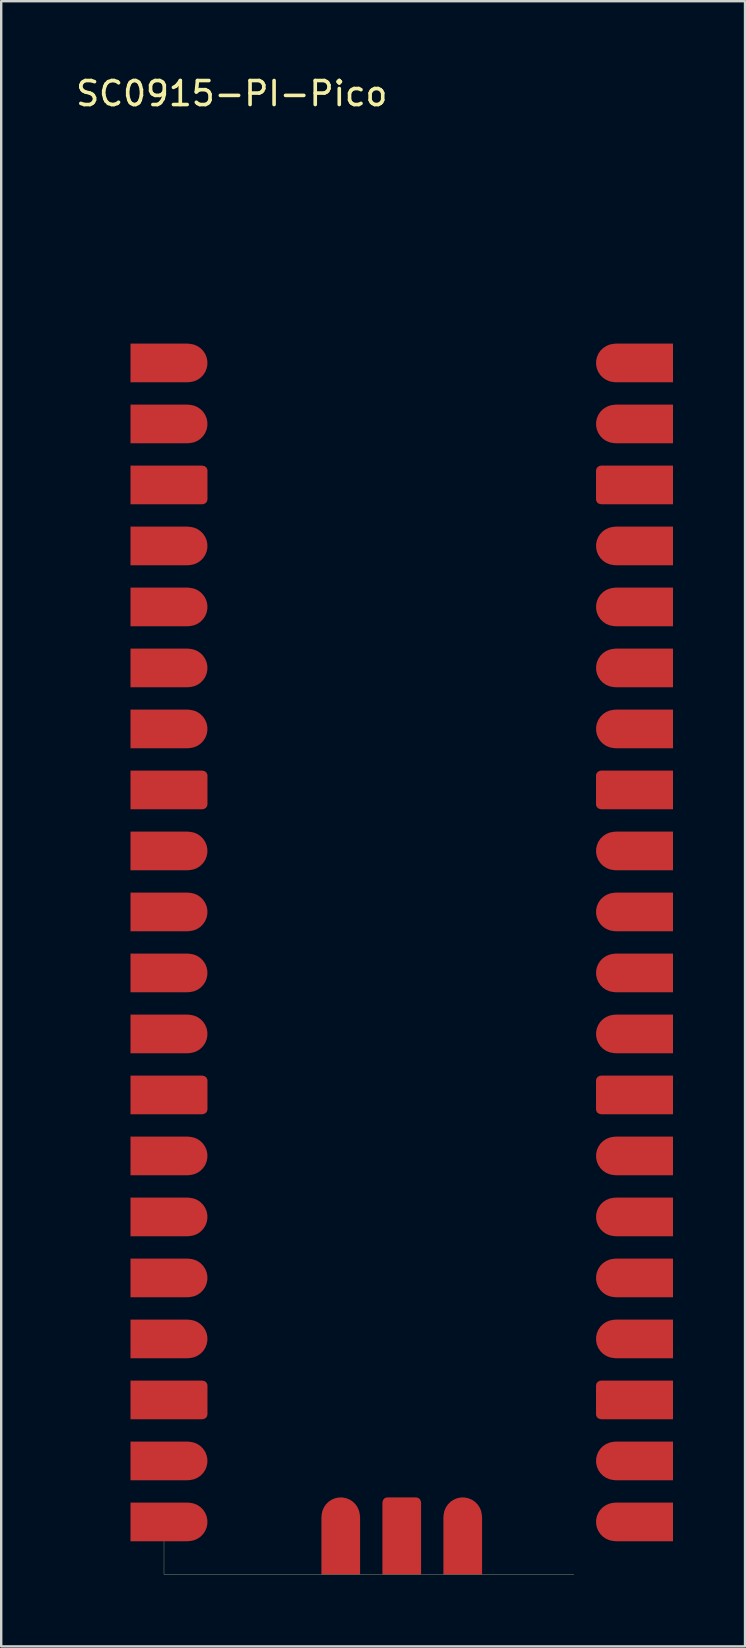
<source format=kicad_pcb>
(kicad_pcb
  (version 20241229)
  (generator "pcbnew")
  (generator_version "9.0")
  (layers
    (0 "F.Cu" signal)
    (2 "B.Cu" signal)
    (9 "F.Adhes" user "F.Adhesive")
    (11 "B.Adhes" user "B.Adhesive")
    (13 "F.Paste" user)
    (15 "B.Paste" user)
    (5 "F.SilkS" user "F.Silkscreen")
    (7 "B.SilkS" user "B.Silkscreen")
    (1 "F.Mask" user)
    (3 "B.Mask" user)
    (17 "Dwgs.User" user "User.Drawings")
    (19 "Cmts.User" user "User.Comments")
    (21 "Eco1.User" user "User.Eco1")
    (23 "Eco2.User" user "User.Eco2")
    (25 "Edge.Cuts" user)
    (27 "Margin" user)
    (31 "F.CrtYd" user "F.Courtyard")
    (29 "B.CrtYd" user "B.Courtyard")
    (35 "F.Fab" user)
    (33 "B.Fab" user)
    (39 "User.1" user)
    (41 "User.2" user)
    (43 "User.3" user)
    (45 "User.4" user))
  (footprint "SC0915-PI-Pico"
    (layer "F.Cu")
    (at 13.679 36.194)
    (property "Reference" "SC0915-PI-Pico" (at -7.078 -35.346 0) (layer "F.SilkS") (effects (font (size 1 1) (thickness 0.15))))
    (attr through_hole)
    (fp_line (start -9.9 24.935) (end -9.9 26.305) (stroke (width 0.01) (type solid)) (layer "F.SilkS"))
    (fp_line (start -9.9 26.305) (end 7.168 26.305) (stroke (width 0.01) (type solid)) (layer "F.SilkS"))
    (pad "1" smd custom (at -9.69 -24.13) (size 1 1) (layers "F.Cu" "F.Mask" "F.Paste") (options (anchor rect)) (primitives (gr_line (start 0.8 0) (end 0 0) (width 1.6)) (gr_poly (pts (xy 0.8 0.8) (xy -1.6 0.8) (xy -1.6 -0.8) (xy 0.8 -0.8)) (width 0.01) (fill yes))))
    (pad "2" smd custom (at -9.69 -21.59) (size 1 1) (layers "F.Cu" "F.Mask" "F.Paste") (options (anchor rect)) (primitives (gr_line (start 0.8 0) (end 0 0) (width 1.6)) (gr_poly (pts (xy 0.8 0.8) (xy -1.6 0.8) (xy -1.6 -0.8) (xy 0.8 -0.8)) (width 0.01) (fill yes))))
    (pad "3" smd custom (at -9.69 -19.05) (size 1 1) (layers "F.Cu" "F.Mask" "F.Paste") (options (anchor rect)) (primitives (gr_poly (pts (xy 1.4 0.8) (xy -1.6 0.8) (xy -1.6 -0.8) (xy 1.4 -0.8)) (width 0.01) (fill yes)) (gr_poly (pts (xy 1.4 0.6) (xy 1.3 0.6) (xy 1.3 -0.6) (xy 1.4 -0.6)) (width 0.4) (fill yes))))
    (pad "4" smd custom (at -9.69 -16.51) (size 1 1) (layers "F.Cu" "F.Mask" "F.Paste") (options (anchor rect)) (primitives (gr_line (start 0.8 0) (end 0 0) (width 1.6)) (gr_poly (pts (xy 0.8 0.8) (xy -1.6 0.8) (xy -1.6 -0.8) (xy 0.8 -0.8)) (width 0.01) (fill yes))))
    (pad "5" smd custom (at -9.69 -13.97) (size 1 1) (layers "F.Cu" "F.Mask" "F.Paste") (options (anchor rect)) (primitives (gr_line (start 0.8 0) (end 0 0) (width 1.6)) (gr_poly (pts (xy 0.8 0.8) (xy -1.6 0.8) (xy -1.6 -0.8) (xy 0.8 -0.8)) (width 0.01) (fill yes))))
    (pad "6" smd custom (at -9.69 -11.43) (size 1 1) (layers "F.Cu" "F.Mask" "F.Paste") (options (anchor rect)) (primitives (gr_line (start 0.8 0) (end 0 0) (width 1.6)) (gr_poly (pts (xy 0.8 0.8) (xy -1.6 0.8) (xy -1.6 -0.8) (xy 0.8 -0.8)) (width 0.01) (fill yes))))
    (pad "7" smd custom (at -9.69 -8.89) (size 1 1) (layers "F.Cu" "F.Mask" "F.Paste") (options (anchor rect)) (primitives (gr_line (start 0.8 0) (end 0 0) (width 1.6)) (gr_poly (pts (xy 0.8 0.8) (xy -1.6 0.8) (xy -1.6 -0.8) (xy 0.8 -0.8)) (width 0.01) (fill yes))))
    (pad "8" smd custom (at -9.69 -6.35) (size 1 1) (layers "F.Cu" "F.Mask" "F.Paste") (options (anchor rect)) (primitives (gr_poly (pts (xy 1.4 0.8) (xy -1.6 0.8) (xy -1.6 -0.8) (xy 1.4 -0.8)) (width 0.01) (fill yes)) (gr_poly (pts (xy 1.4 0.6) (xy 1.3 0.6) (xy 1.3 -0.6) (xy 1.4 -0.6)) (width 0.4) (fill yes))))
    (pad "9" smd custom (at -9.69 -3.81) (size 1 1) (layers "F.Cu" "F.Mask" "F.Paste") (options (anchor rect)) (primitives (gr_line (start 0.8 0) (end 0 0) (width 1.6)) (gr_poly (pts (xy 0.8 0.8) (xy -1.6 0.8) (xy -1.6 -0.8) (xy 0.8 -0.8)) (width 0.01) (fill yes))))
    (pad "10" smd custom (at -9.69 -1.27) (size 1 1) (layers "F.Cu" "F.Mask" "F.Paste") (options (anchor rect)) (primitives (gr_line (start 0.8 0) (end 0 0) (width 1.6)) (gr_poly (pts (xy 0.8 0.8) (xy -1.6 0.8) (xy -1.6 -0.8) (xy 0.8 -0.8)) (width 0.01) (fill yes))))
    (pad "11" smd custom (at -9.69 1.27) (size 1 1) (layers "F.Cu" "F.Mask" "F.Paste") (options (anchor rect)) (primitives (gr_line (start 0.8 0) (end 0 0) (width 1.6)) (gr_poly (pts (xy 0.8 0.8) (xy -1.6 0.8) (xy -1.6 -0.8) (xy 0.8 -0.8)) (width 0.01) (fill yes))))
    (pad "12" smd custom (at -9.69 3.81) (size 1 1) (layers "F.Cu" "F.Mask" "F.Paste") (options (anchor rect)) (primitives (gr_line (start 0.8 0) (end 0 0) (width 1.6)) (gr_poly (pts (xy 0.8 0.8) (xy -1.6 0.8) (xy -1.6 -0.8) (xy 0.8 -0.8)) (width 0.01) (fill yes))))
    (pad "13" smd custom (at -9.69 6.35) (size 1 1) (layers "F.Cu" "F.Mask" "F.Paste") (options (anchor rect)) (primitives (gr_poly (pts (xy 1.4 0.8) (xy -1.6 0.8) (xy -1.6 -0.8) (xy 1.4 -0.8)) (width 0.01) (fill yes)) (gr_poly (pts (xy 1.4 0.6) (xy 1.3 0.6) (xy 1.3 -0.6) (xy 1.4 -0.6)) (width 0.4) (fill yes))))
    (pad "14" smd custom (at -9.69 8.89) (size 1 1) (layers "F.Cu" "F.Mask" "F.Paste") (options (anchor rect)) (primitives (gr_line (start 0.8 0) (end 0 0) (width 1.6)) (gr_poly (pts (xy 0.8 0.8) (xy -1.6 0.8) (xy -1.6 -0.8) (xy 0.8 -0.8)) (width 0.01) (fill yes))))
    (pad "15" smd custom (at -9.69 11.43) (size 1 1) (layers "F.Cu" "F.Mask" "F.Paste") (options (anchor rect)) (primitives (gr_line (start 0.8 0) (end 0 0) (width 1.6)) (gr_poly (pts (xy 0.8 0.8) (xy -1.6 0.8) (xy -1.6 -0.8) (xy 0.8 -0.8)) (width 0.01) (fill yes))))
    (pad "16" smd custom (at -9.69 13.97) (size 1 1) (layers "F.Cu" "F.Mask" "F.Paste") (options (anchor rect)) (primitives (gr_line (start 0.8 0) (end 0 0) (width 1.6)) (gr_poly (pts (xy 0.8 0.8) (xy -1.6 0.8) (xy -1.6 -0.8) (xy 0.8 -0.8)) (width 0.01) (fill yes))))
    (pad "17" smd custom (at -9.69 16.51) (size 1 1) (layers "F.Cu" "F.Mask" "F.Paste") (options (anchor rect)) (primitives (gr_line (start 0.8 0) (end 0 0) (width 1.6)) (gr_poly (pts (xy 0.8 0.8) (xy -1.6 0.8) (xy -1.6 -0.8) (xy 0.8 -0.8)) (width 0.01) (fill yes))))
    (pad "18" smd custom (at -9.69 19.05) (size 1 1) (layers "F.Cu" "F.Mask" "F.Paste") (options (anchor rect)) (primitives (gr_poly (pts (xy 1.4 0.8) (xy -1.6 0.8) (xy -1.6 -0.8) (xy 1.4 -0.8)) (width 0.01) (fill yes)) (gr_poly (pts (xy 1.4 0.6) (xy 1.3 0.6) (xy 1.3 -0.6) (xy 1.4 -0.6)) (width 0.4) (fill yes))))
    (pad "19" smd custom (at -9.69 21.59) (size 1 1) (layers "F.Cu" "F.Mask" "F.Paste") (options (anchor rect)) (primitives (gr_line (start 0.8 0) (end 0 0) (width 1.6)) (gr_poly (pts (xy 0.8 0.8) (xy -1.6 0.8) (xy -1.6 -0.8) (xy 0.8 -0.8)) (width 0.01) (fill yes))))
    (pad "20" smd custom (at -9.69 24.13) (size 1 1) (layers "F.Cu" "F.Mask" "F.Paste") (options (anchor rect)) (primitives (gr_line (start 0.8 0) (end 0 0) (width 1.6)) (gr_poly (pts (xy 0.8 0.8) (xy -1.6 0.8) (xy -1.6 -0.8) (xy 0.8 -0.8)) (width 0.01) (fill yes))))
    (pad "21" smd custom (at 9.69 24.13 180) (size 1 1) (layers "F.Cu" "F.Mask" "F.Paste") (options (anchor rect)) (primitives (gr_line (start 0.8 0) (end 0 0) (width 1.6)) (gr_poly (pts (xy 0.8 0.8) (xy -1.6 0.8) (xy -1.6 -0.8) (xy 0.8 -0.8)) (width 0.01) (fill yes))))
    (pad "22" smd custom (at 9.69 21.59 180) (size 1 1) (layers "F.Cu" "F.Mask" "F.Paste") (options (anchor rect)) (primitives (gr_line (start 0.8 0) (end 0 0) (width 1.6)) (gr_poly (pts (xy 0.8 0.8) (xy -1.6 0.8) (xy -1.6 -0.8) (xy 0.8 -0.8)) (width 0.01) (fill yes))))
    (pad "23" smd custom (at 9.69 19.05 180) (size 1 1) (layers "F.Cu" "F.Mask" "F.Paste") (options (anchor rect)) (primitives (gr_poly (pts (xy 1.4 0.8) (xy -1.6 0.8) (xy -1.6 -0.8) (xy 1.4 -0.8)) (width 0.01) (fill yes)) (gr_poly (pts (xy 1.4 0.6) (xy 1.3 0.6) (xy 1.3 -0.6) (xy 1.4 -0.6)) (width 0.4) (fill yes))))
    (pad "24" smd custom (at 9.69 16.51 180) (size 1 1) (layers "F.Cu" "F.Mask" "F.Paste") (options (anchor rect)) (primitives (gr_line (start 0.8 0) (end 0 0) (width 1.6)) (gr_poly (pts (xy 0.8 0.8) (xy -1.6 0.8) (xy -1.6 -0.8) (xy 0.8 -0.8)) (width 0.01) (fill yes))))
    (pad "25" smd custom (at 9.69 13.97 180) (size 1 1) (layers "F.Cu" "F.Mask" "F.Paste") (options (anchor rect)) (primitives (gr_line (start 0.8 0) (end 0 0) (width 1.6)) (gr_poly (pts (xy 0.8 0.8) (xy -1.6 0.8) (xy -1.6 -0.8) (xy 0.8 -0.8)) (width 0.01) (fill yes))))
    (pad "26" smd custom (at 9.69 11.43 180) (size 1 1) (layers "F.Cu" "F.Mask" "F.Paste") (options (anchor rect)) (primitives (gr_line (start 0.8 0) (end 0 0) (width 1.6)) (gr_poly (pts (xy 0.8 0.8) (xy -1.6 0.8) (xy -1.6 -0.8) (xy 0.8 -0.8)) (width 0.01) (fill yes))))
    (pad "27" smd custom (at 9.69 8.89 180) (size 1 1) (layers "F.Cu" "F.Mask" "F.Paste") (options (anchor rect)) (primitives (gr_line (start 0.8 0) (end 0 0) (width 1.6)) (gr_poly (pts (xy 0.8 0.8) (xy -1.6 0.8) (xy -1.6 -0.8) (xy 0.8 -0.8)) (width 0.01) (fill yes))))
    (pad "28" smd custom (at 9.69 6.35 180) (size 1 1) (layers "F.Cu" "F.Mask" "F.Paste") (options (anchor rect)) (primitives (gr_poly (pts (xy 1.4 0.8) (xy -1.6 0.8) (xy -1.6 -0.8) (xy 1.4 -0.8)) (width 0.01) (fill yes)) (gr_poly (pts (xy 1.4 0.6) (xy 1.3 0.6) (xy 1.3 -0.6) (xy 1.4 -0.6)) (width 0.4) (fill yes))))
    (pad "29" smd custom (at 9.69 3.81 180) (size 1 1) (layers "F.Cu" "F.Mask" "F.Paste") (options (anchor rect)) (primitives (gr_line (start 0.8 0) (end 0 0) (width 1.6)) (gr_poly (pts (xy 0.8 0.8) (xy -1.6 0.8) (xy -1.6 -0.8) (xy 0.8 -0.8)) (width 0.01) (fill yes))))
    (pad "30" smd custom (at 9.69 1.27 180) (size 1 1) (layers "F.Cu" "F.Mask" "F.Paste") (options (anchor rect)) (primitives (gr_line (start 0.8 0) (end 0 0) (width 1.6)) (gr_poly (pts (xy 0.8 0.8) (xy -1.6 0.8) (xy -1.6 -0.8) (xy 0.8 -0.8)) (width 0.01) (fill yes))))
    (pad "31" smd custom (at 9.69 -1.27 180) (size 1 1) (layers "F.Cu" "F.Mask" "F.Paste") (options (anchor rect)) (primitives (gr_line (start 0.8 0) (end 0 0) (width 1.6)) (gr_poly (pts (xy 0.8 0.8) (xy -1.6 0.8) (xy -1.6 -0.8) (xy 0.8 -0.8)) (width 0.01) (fill yes))))
    (pad "32" smd custom (at 9.69 -3.81 180) (size 1 1) (layers "F.Cu" "F.Mask" "F.Paste") (options (anchor rect)) (primitives (gr_line (start 0.8 0) (end 0 0) (width 1.6)) (gr_poly (pts (xy 0.8 0.8) (xy -1.6 0.8) (xy -1.6 -0.8) (xy 0.8 -0.8)) (width 0.01) (fill yes))))
    (pad "33" smd custom (at 9.69 -6.35 180) (size 1 1) (layers "F.Cu" "F.Mask" "F.Paste") (options (anchor rect)) (primitives (gr_poly (pts (xy 1.4 0.8) (xy -1.6 0.8) (xy -1.6 -0.8) (xy 1.4 -0.8)) (width 0.01) (fill yes)) (gr_poly (pts (xy 1.4 0.6) (xy 1.3 0.6) (xy 1.3 -0.6) (xy 1.4 -0.6)) (width 0.4) (fill yes))))
    (pad "34" smd custom (at 9.69 -8.89 180) (size 1 1) (layers "F.Cu" "F.Mask" "F.Paste") (options (anchor rect)) (primitives (gr_line (start 0.8 0) (end 0 0) (width 1.6)) (gr_poly (pts (xy 0.8 0.8) (xy -1.6 0.8) (xy -1.6 -0.8) (xy 0.8 -0.8)) (width 0.01) (fill yes))))
    (pad "35" smd custom (at 9.69 -11.43 180) (size 1 1) (layers "F.Cu" "F.Mask" "F.Paste") (options (anchor rect)) (primitives (gr_line (start 0.8 0) (end 0 0) (width 1.6)) (gr_poly (pts (xy 0.8 0.8) (xy -1.6 0.8) (xy -1.6 -0.8) (xy 0.8 -0.8)) (width 0.01) (fill yes))))
    (pad "36" smd custom (at 9.69 -13.97 180) (size 1 1) (layers "F.Cu" "F.Mask" "F.Paste") (options (anchor rect)) (primitives (gr_line (start 0.8 0) (end 0 0) (width 1.6)) (gr_poly (pts (xy 0.8 0.8) (xy -1.6 0.8) (xy -1.6 -0.8) (xy 0.8 -0.8)) (width 0.01) (fill yes))))
    (pad "37" smd custom (at 9.69 -16.51 180) (size 1 1) (layers "F.Cu" "F.Mask" "F.Paste") (options (anchor rect)) (primitives (gr_line (start 0.8 0) (end 0 0) (width 1.6)) (gr_poly (pts (xy 0.8 0.8) (xy -1.6 0.8) (xy -1.6 -0.8) (xy 0.8 -0.8)) (width 0.01) (fill yes))))
    (pad "38" smd custom (at 9.69 -19.05 180) (size 1 1) (layers "F.Cu" "F.Mask" "F.Paste") (options (anchor rect)) (primitives (gr_poly (pts (xy 1.4 0.8) (xy -1.6 0.8) (xy -1.6 -0.8) (xy 1.4 -0.8)) (width 0.01) (fill yes)) (gr_poly (pts (xy 1.4 0.6) (xy 1.3 0.6) (xy 1.3 -0.6) (xy 1.4 -0.6)) (width 0.4) (fill yes))))
    (pad "39" smd custom (at 9.69 -21.59 180) (size 1 1) (layers "F.Cu" "F.Mask" "F.Paste") (options (anchor rect)) (primitives (gr_line (start 0.8 0) (end 0 0) (width 1.6)) (gr_poly (pts (xy 0.8 0.8) (xy -1.6 0.8) (xy -1.6 -0.8) (xy 0.8 -0.8)) (width 0.01) (fill yes))))
    (pad "40" smd custom (at 9.69 -24.13 180) (size 1 1) (layers "F.Cu" "F.Mask" "F.Paste") (options (anchor rect)) (primitives (gr_line (start 0.8 0) (end 0 0) (width 1.6)) (gr_poly (pts (xy 0.8 0.8) (xy -1.6 0.8) (xy -1.6 -0.8) (xy 0.8 -0.8)) (width 0.01) (fill yes))))
    (pad "D1" smd custom (at -2.54 24.709 90) (size 1 1) (layers "F.Cu" "F.Mask" "F.Paste") (options (anchor rect)) (primitives (gr_line (start 0.8 0) (end 0 0) (width 1.6)) (gr_poly (pts (xy 0.8 0.8) (xy -1.6 0.8) (xy -1.6 -0.8) (xy 0.8 -0.8)) (width 0.01) (fill yes))))
    (pad "D2" smd custom (at 0 24.709 90) (size 1 1) (layers "F.Cu" "F.Mask" "F.Paste") (options (anchor rect)) (primitives (gr_poly (pts (xy 1.4 0.8) (xy -1.6 0.8) (xy -1.6 -0.8) (xy 1.4 -0.8)) (width 0.01) (fill yes)) (gr_poly (pts (xy 1.4 0.6) (xy 1.3 0.6) (xy 1.3 -0.6) (xy 1.4 -0.6)) (width 0.4) (fill yes))))
    (pad "D3" smd custom (at 2.54 24.709 90) (size 1 1) (layers "F.Cu" "F.Mask" "F.Paste") (options (anchor rect)) (primitives (gr_line (start 0.8 0) (end 0 0) (width 1.6)) (gr_poly (pts (xy 0.8 0.8) (xy -1.6 0.8) (xy -1.6 -0.8) (xy 0.8 -0.8)) (width 0.01) (fill yes)))))
  (gr_rect
    (start -3 -3)
    (end 27.974 65.508)
    (stroke (width 0.1) (type default))
    (fill no)
    (layer "Edge.Cuts")))
</source>
